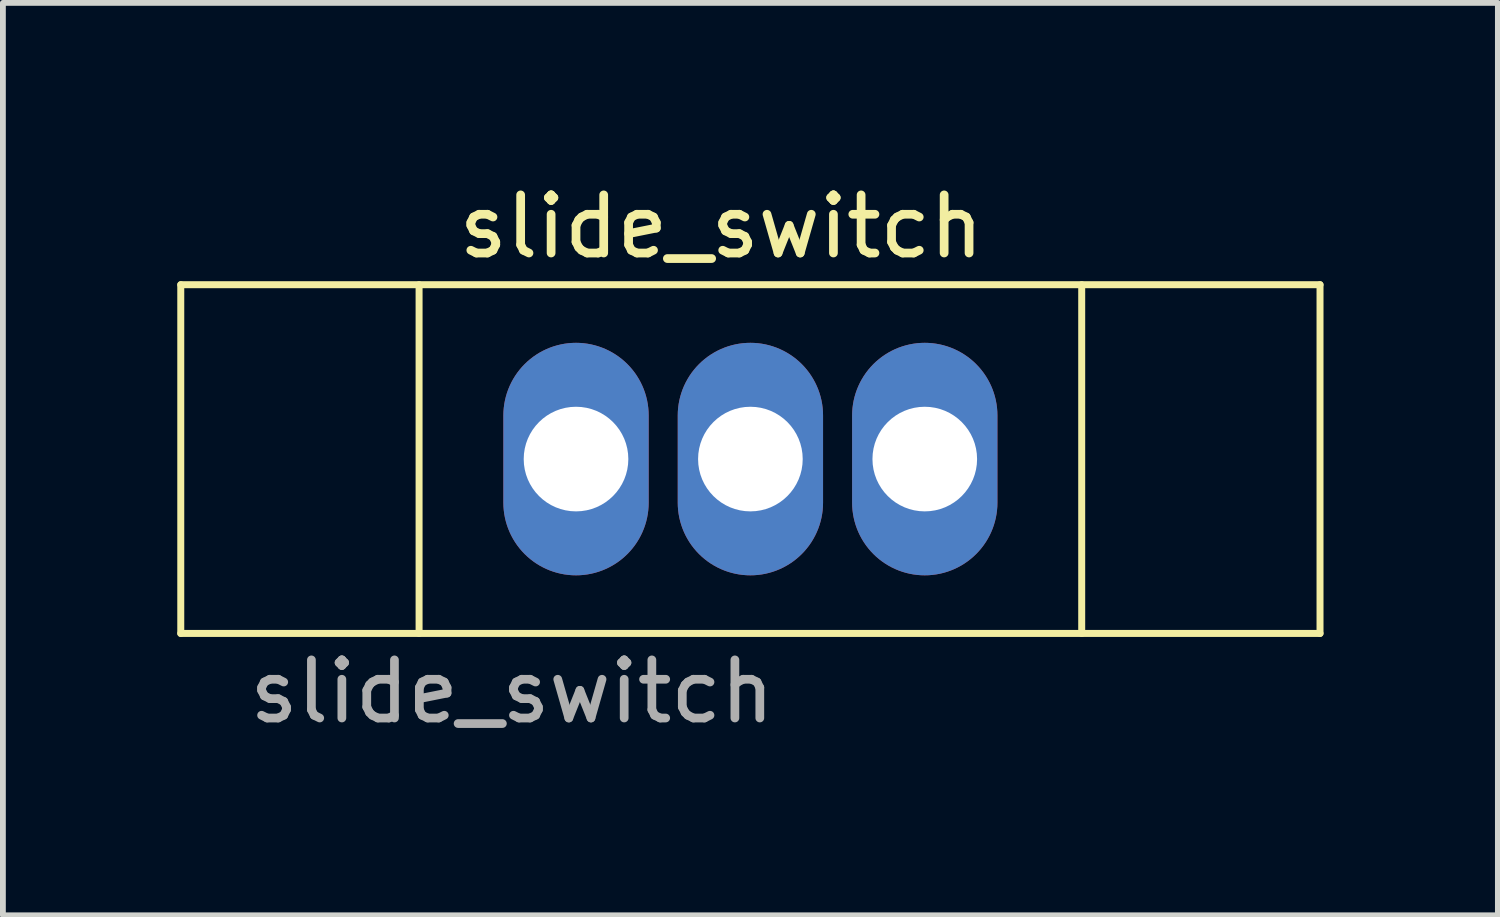
<source format=kicad_pcb>
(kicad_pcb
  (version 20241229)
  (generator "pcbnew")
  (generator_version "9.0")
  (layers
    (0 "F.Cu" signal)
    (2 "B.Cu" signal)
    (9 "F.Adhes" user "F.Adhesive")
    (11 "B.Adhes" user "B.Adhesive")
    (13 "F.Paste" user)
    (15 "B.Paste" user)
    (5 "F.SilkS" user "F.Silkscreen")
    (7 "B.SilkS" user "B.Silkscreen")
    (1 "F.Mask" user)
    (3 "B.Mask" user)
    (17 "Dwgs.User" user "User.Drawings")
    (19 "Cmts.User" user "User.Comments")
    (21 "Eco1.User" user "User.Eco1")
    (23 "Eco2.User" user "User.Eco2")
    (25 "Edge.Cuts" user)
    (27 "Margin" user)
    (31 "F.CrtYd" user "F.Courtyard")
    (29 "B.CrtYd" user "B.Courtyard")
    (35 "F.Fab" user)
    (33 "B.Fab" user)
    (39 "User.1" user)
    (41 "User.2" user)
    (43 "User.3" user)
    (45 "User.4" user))
  (footprint "slide_switch"
    (layer "F.Cu")
    (at 9.86 4.848)
    (property "Reference" "slide_switch" (at -0.5 -4 0) (layer "F.SilkS") (effects (font (size 1 1) (thickness 0.15))))
    (attr through_hole)
    (fp_line (start -9.8 -3) (end 9.8 -3) (stroke (width 0.12) (type solid)) (layer "F.SilkS"))
    (fp_line (start -9.8 3) (end -9.8 -3) (stroke (width 0.12) (type solid)) (layer "F.SilkS"))
    (fp_line (start -5.7 -3) (end -5.7 3) (stroke (width 0.12) (type solid)) (layer "F.SilkS"))
    (fp_line (start 5.7 -3) (end 5.7 3) (stroke (width 0.12) (type solid)) (layer "F.SilkS"))
    (fp_line (start 9.8 -3) (end 9.8 3) (stroke (width 0.12) (type solid)) (layer "F.SilkS"))
    (fp_line (start 9.8 3) (end -9.8 3) (stroke (width 0.12) (type solid)) (layer "F.SilkS"))
    (fp_text user "${REFERENCE}" (at -4.1 4 0) (layer "F.Fab") (effects (font (size 1 1) (thickness 0.15))))
    (pad "1" thru_hole oval (at -3 0) (size 2.5 4) (drill 1.8) (layers "*.Cu" "*.Mask"))
    (pad "2" thru_hole oval (at 0 0) (size 2.5 4) (drill 1.8) (layers "*.Cu" "*.Mask"))
    (pad "3" thru_hole oval (at 3 0) (size 2.5 4) (drill 1.8) (layers "*.Cu" "*.Mask")))
  (gr_rect
    (start -3 -3)
    (end 22.72 12.697)
    (stroke (width 0.1) (type default))
    (fill no)
    (layer "Edge.Cuts")))
</source>
